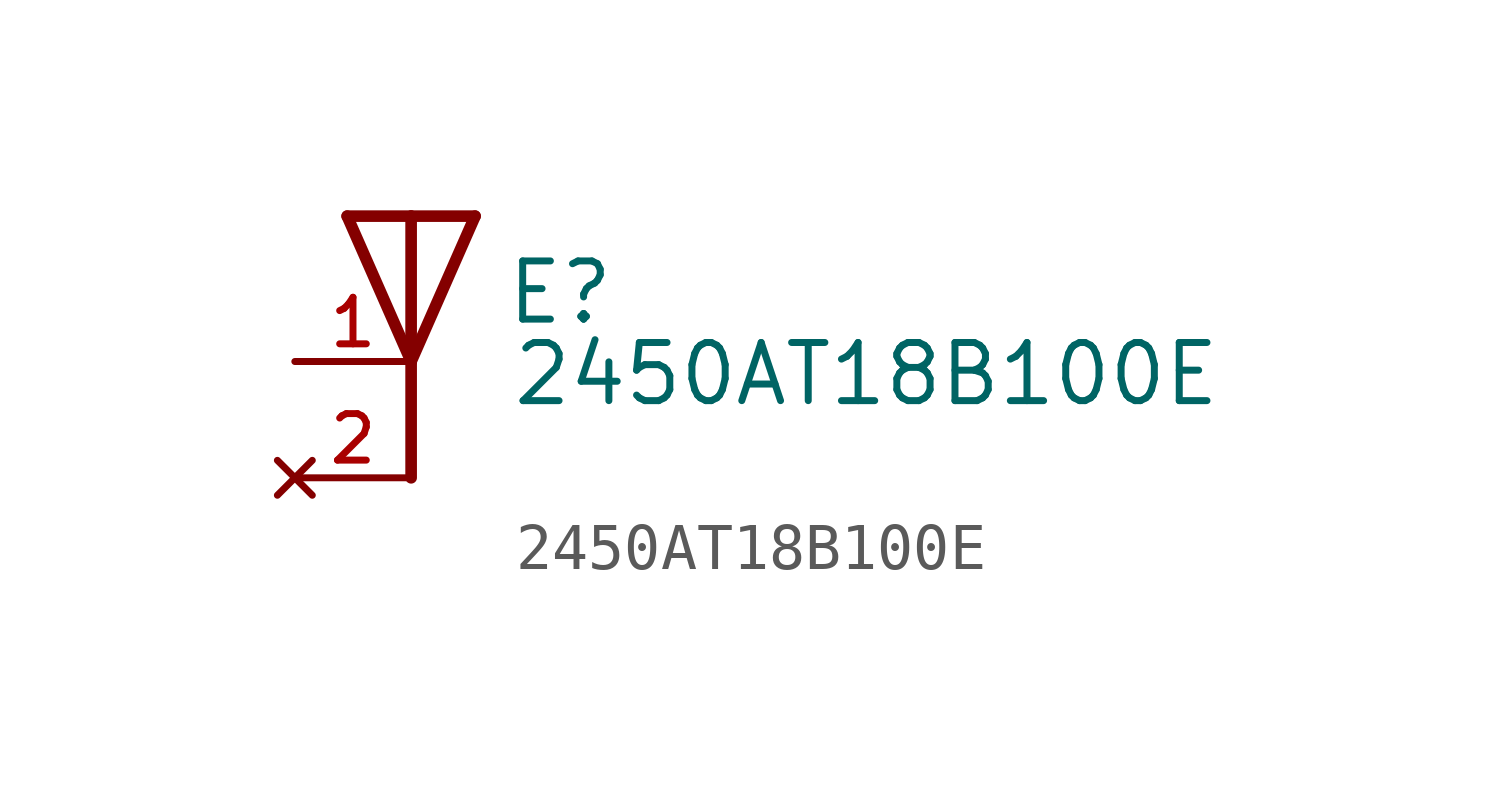
<source format=kicad_sym>
(kicad_symbol_lib
  (version 20211014)
  (generator kicad_symbol_editor)
  (symbol "2450AT18B100E"
    (pin_names
      (offset 1.016))
    (property "Reference" "E"
      (at 2.034 0.763 0)
      (effects (font (size 1.27 1.27)) (justify bottom left)))
    (property "Value" "2450AT18B100E"
      (at 2.163 -1.018 0)
      (effects (font (size 1.27 1.27)) (justify bottom left)))
    (symbol "2450AT18B100E_0_0"
      (polyline (pts (xy -1.397 3.175) (xy 0.0 3.175)) (stroke (width 0.254)))
      (polyline (pts (xy 0.0 3.175) (xy 1.397 3.175)) (stroke (width 0.254)))
      (polyline (pts (xy 1.397 3.175) (xy 0.0 0.0)) (stroke (width 0.254)))
      (polyline (pts (xy 0.0 0.0) (xy -1.397 3.175)) (stroke (width 0.254)))
      (polyline (pts (xy 0.0 3.175) (xy 0.0 0.0)) (stroke (width 0.254)))
      (polyline (pts (xy 0.0 0.0) (xy 0.0 -2.54)) (stroke (width 0.254)))
      (pin passive line (at -2.54 0.0 0) (length 2.54) (name "~" (effects (font (size 1.016 1.016)))) (number "1" (effects (font (size 1.016 1.016)))))
      (pin no_connect line (at -2.54 -2.54 0) (length 2.54) (name "~" (effects (font (size 1.016 1.016)))) (number "2" (effects (font (size 1.016 1.016))))))))
</source>
